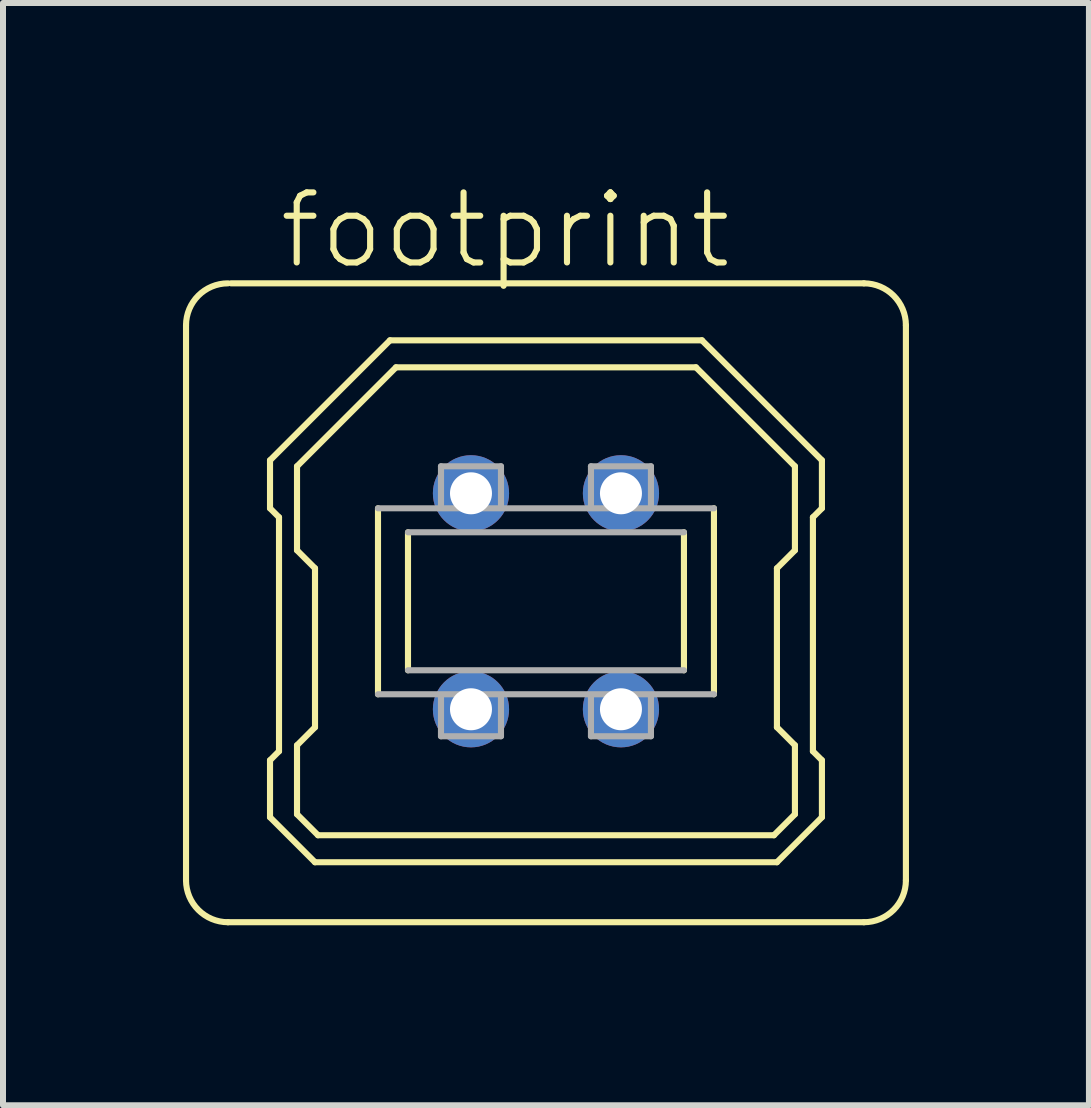
<source format=kicad_pcb>
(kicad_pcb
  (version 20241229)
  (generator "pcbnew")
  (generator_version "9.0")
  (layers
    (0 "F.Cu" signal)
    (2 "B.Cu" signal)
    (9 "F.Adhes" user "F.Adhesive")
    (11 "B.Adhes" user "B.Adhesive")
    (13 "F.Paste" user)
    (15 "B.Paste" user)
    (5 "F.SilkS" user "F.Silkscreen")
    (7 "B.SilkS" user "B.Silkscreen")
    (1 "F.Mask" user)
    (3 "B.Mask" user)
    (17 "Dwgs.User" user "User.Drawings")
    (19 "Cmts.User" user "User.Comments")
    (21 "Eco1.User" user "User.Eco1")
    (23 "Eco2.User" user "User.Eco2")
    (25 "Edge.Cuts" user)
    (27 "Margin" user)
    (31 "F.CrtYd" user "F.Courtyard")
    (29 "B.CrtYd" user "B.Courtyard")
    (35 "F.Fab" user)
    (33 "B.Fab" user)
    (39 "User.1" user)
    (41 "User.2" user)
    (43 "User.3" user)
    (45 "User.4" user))
  (footprint "footprint"
    (layer "F.Cu")
    (at 6.051 6.973)
    (property "Reference" "footprint" (at -4.5 -5.5 0) (layer "F.SilkS") (effects (font (size 1.168 1.168) (thickness 0.102)) (justify left bottom)))
    (fp_line (start -6 4.65) (end -6 -4.6) (stroke (width 0.102) (type solid)) (layer "F.SilkS"))
    (fp_line (start -5.25 -5.3) (end 5.3 -5.3) (stroke (width 0.102) (type solid)) (layer "F.SilkS"))
    (fp_line (start -4.6 -2.35) (end -2.6 -4.35) (stroke (width 0.102) (type solid)) (layer "F.SilkS"))
    (fp_line (start -4.6 -1.55) (end -4.6 -2.35) (stroke (width 0.102) (type solid)) (layer "F.SilkS"))
    (fp_line (start -4.6 2.65) (end -4.45 2.5) (stroke (width 0.102) (type solid)) (layer "F.SilkS"))
    (fp_line (start -4.6 3.6) (end -4.6 2.65) (stroke (width 0.102) (type solid)) (layer "F.SilkS"))
    (fp_line (start -4.45 -1.4) (end -4.6 -1.55) (stroke (width 0.102) (type solid)) (layer "F.SilkS"))
    (fp_line (start -4.45 2.5) (end -4.45 -1.4) (stroke (width 0.102) (type solid)) (layer "F.SilkS"))
    (fp_line (start -4.15 -2.25) (end -2.5 -3.9) (stroke (width 0.102) (type solid)) (layer "F.SilkS"))
    (fp_line (start -4.15 -0.85) (end -4.15 -2.25) (stroke (width 0.102) (type solid)) (layer "F.SilkS"))
    (fp_line (start -4.15 2.4) (end -3.85 2.1) (stroke (width 0.102) (type solid)) (layer "F.SilkS"))
    (fp_line (start -4.15 3.55) (end -4.15 2.4) (stroke (width 0.102) (type solid)) (layer "F.SilkS"))
    (fp_line (start -3.85 -0.55) (end -4.15 -0.85) (stroke (width 0.102) (type solid)) (layer "F.SilkS"))
    (fp_line (start -3.85 2.1) (end -3.85 -0.55) (stroke (width 0.102) (type solid)) (layer "F.SilkS"))
    (fp_line (start -3.85 4.35) (end -4.6 3.6) (stroke (width 0.102) (type solid)) (layer "F.SilkS"))
    (fp_line (start -3.8 3.9) (end -4.15 3.55) (stroke (width 0.102) (type solid)) (layer "F.SilkS"))
    (fp_line (start -2.8 1.55) (end -2.8 -1.55) (stroke (width 0.102) (type solid)) (layer "F.SilkS"))
    (fp_line (start -2.6 -4.35) (end 2.6 -4.35) (stroke (width 0.102) (type solid)) (layer "F.SilkS"))
    (fp_line (start -2.5 -3.9) (end 2.5 -3.9) (stroke (width 0.102) (type solid)) (layer "F.SilkS"))
    (fp_line (start -2.3 1.15) (end -2.3 -1.15) (stroke (width 0.102) (type solid)) (layer "F.SilkS"))
    (fp_line (start 2.3 -1.15) (end 2.3 1.15) (stroke (width 0.102) (type solid)) (layer "F.SilkS"))
    (fp_line (start 2.5 -3.9) (end 4.15 -2.25) (stroke (width 0.102) (type solid)) (layer "F.SilkS"))
    (fp_line (start 2.6 -4.35) (end 4.6 -2.35) (stroke (width 0.102) (type solid)) (layer "F.SilkS"))
    (fp_line (start 2.8 -1.55) (end 2.8 1.55) (stroke (width 0.102) (type solid)) (layer "F.SilkS"))
    (fp_line (start 3.8 3.9) (end -3.8 3.9) (stroke (width 0.102) (type solid)) (layer "F.SilkS"))
    (fp_line (start 3.85 -0.55) (end 3.85 2.1) (stroke (width 0.102) (type solid)) (layer "F.SilkS"))
    (fp_line (start 3.85 -0.55) (end 4.15 -0.85) (stroke (width 0.102) (type solid)) (layer "F.SilkS"))
    (fp_line (start 3.85 2.1) (end 4.15 2.4) (stroke (width 0.102) (type solid)) (layer "F.SilkS"))
    (fp_line (start 3.85 4.35) (end -3.85 4.35) (stroke (width 0.102) (type solid)) (layer "F.SilkS"))
    (fp_line (start 4.15 -0.85) (end 4.15 -2.25) (stroke (width 0.102) (type solid)) (layer "F.SilkS"))
    (fp_line (start 4.15 2.4) (end 4.15 3.55) (stroke (width 0.102) (type solid)) (layer "F.SilkS"))
    (fp_line (start 4.15 3.55) (end 3.8 3.9) (stroke (width 0.102) (type solid)) (layer "F.SilkS"))
    (fp_line (start 4.45 -1.4) (end 4.45 2.5) (stroke (width 0.102) (type solid)) (layer "F.SilkS"))
    (fp_line (start 4.45 2.5) (end 4.6 2.65) (stroke (width 0.102) (type solid)) (layer "F.SilkS"))
    (fp_line (start 4.6 -2.35) (end 4.6 -1.55) (stroke (width 0.102) (type solid)) (layer "F.SilkS"))
    (fp_line (start 4.6 -1.55) (end 4.45 -1.4) (stroke (width 0.102) (type solid)) (layer "F.SilkS"))
    (fp_line (start 4.6 2.65) (end 4.6 3.6) (stroke (width 0.102) (type solid)) (layer "F.SilkS"))
    (fp_line (start 4.6 3.6) (end 3.85 4.35) (stroke (width 0.102) (type solid)) (layer "F.SilkS"))
    (fp_line (start 5.3 5.35) (end -5.3 5.35) (stroke (width 0.102) (type solid)) (layer "F.SilkS"))
    (fp_line (start 6 -4.6) (end 6 4.65) (stroke (width 0.102) (type solid)) (layer "F.SilkS"))
    (fp_arc (start -6 -4.6) (mid -5.794975 -5.094975) (end -5.3 -5.3) (stroke (width 0.1016) (type solid)) (layer "F.SilkS"))
    (fp_arc (start -5.3 5.35) (mid -5.794975 5.144975) (end -6 4.65) (stroke (width 0.1016) (type solid)) (layer "F.SilkS"))
    (fp_arc (start 5.3 -5.3) (mid 5.794975 -5.094975) (end 6 -4.6) (stroke (width 0.1016) (type solid)) (layer "F.SilkS"))
    (fp_arc (start 6 4.65) (mid 5.794975 5.144975) (end 5.3 5.35) (stroke (width 0.1016) (type solid)) (layer "F.SilkS"))
    (fp_line (start -2.8 -1.55) (end 2.8 -1.55) (stroke (width 0.102) (type solid)) (layer "F.Fab"))
    (fp_line (start -2.3 -1.15) (end 2.3 -1.15) (stroke (width 0.102) (type solid)) (layer "F.Fab"))
    (fp_line (start -1.75 -2.25) (end -0.75 -2.25) (stroke (width 0.102) (type solid)) (layer "F.Fab"))
    (fp_line (start -1.75 -1.6) (end -1.75 -2.25) (stroke (width 0.102) (type solid)) (layer "F.Fab"))
    (fp_line (start -1.75 2.25) (end -1.75 1.6) (stroke (width 0.102) (type solid)) (layer "F.Fab"))
    (fp_line (start -0.75 -2.25) (end -0.75 -1.6) (stroke (width 0.102) (type solid)) (layer "F.Fab"))
    (fp_line (start -0.75 1.6) (end -0.75 2.25) (stroke (width 0.102) (type solid)) (layer "F.Fab"))
    (fp_line (start -0.75 2.25) (end -1.75 2.25) (stroke (width 0.102) (type solid)) (layer "F.Fab"))
    (fp_line (start 0.75 -2.25) (end 1.75 -2.25) (stroke (width 0.102) (type solid)) (layer "F.Fab"))
    (fp_line (start 0.75 -1.6) (end 0.75 -2.25) (stroke (width 0.102) (type solid)) (layer "F.Fab"))
    (fp_line (start 0.75 2.25) (end 0.75 1.6) (stroke (width 0.102) (type solid)) (layer "F.Fab"))
    (fp_line (start 1.75 -2.25) (end 1.75 -1.6) (stroke (width 0.102) (type solid)) (layer "F.Fab"))
    (fp_line (start 1.75 1.6) (end 1.75 2.25) (stroke (width 0.102) (type solid)) (layer "F.Fab"))
    (fp_line (start 1.75 2.25) (end 0.75 2.25) (stroke (width 0.102) (type solid)) (layer "F.Fab"))
    (fp_line (start 2.3 1.15) (end -2.3 1.15) (stroke (width 0.102) (type solid)) (layer "F.Fab"))
    (fp_line (start 2.8 1.55) (end -2.8 1.55) (stroke (width 0.102) (type solid)) (layer "F.Fab"))
    (pad "1" thru_hole circle (at 1.25 -1.8) (size 1.27 1.27) (drill 0.7) (layers "*.Cu" "*.Mask"))
    (pad "2" thru_hole circle (at -1.25 -1.8) (size 1.27 1.27) (drill 0.7) (layers "*.Cu" "*.Mask"))
    (pad "3" thru_hole circle (at -1.25 1.8) (size 1.27 1.27) (drill 0.7) (layers "*.Cu" "*.Mask"))
    (pad "4" thru_hole circle (at 1.25 1.8) (size 1.27 1.27) (drill 0.7) (layers "*.Cu" "*.Mask")))
  (gr_rect
    (start -3 -3)
    (end 15.102 15.374)
    (stroke (width 0.1) (type default))
    (fill no)
    (layer "Edge.Cuts")))
</source>
